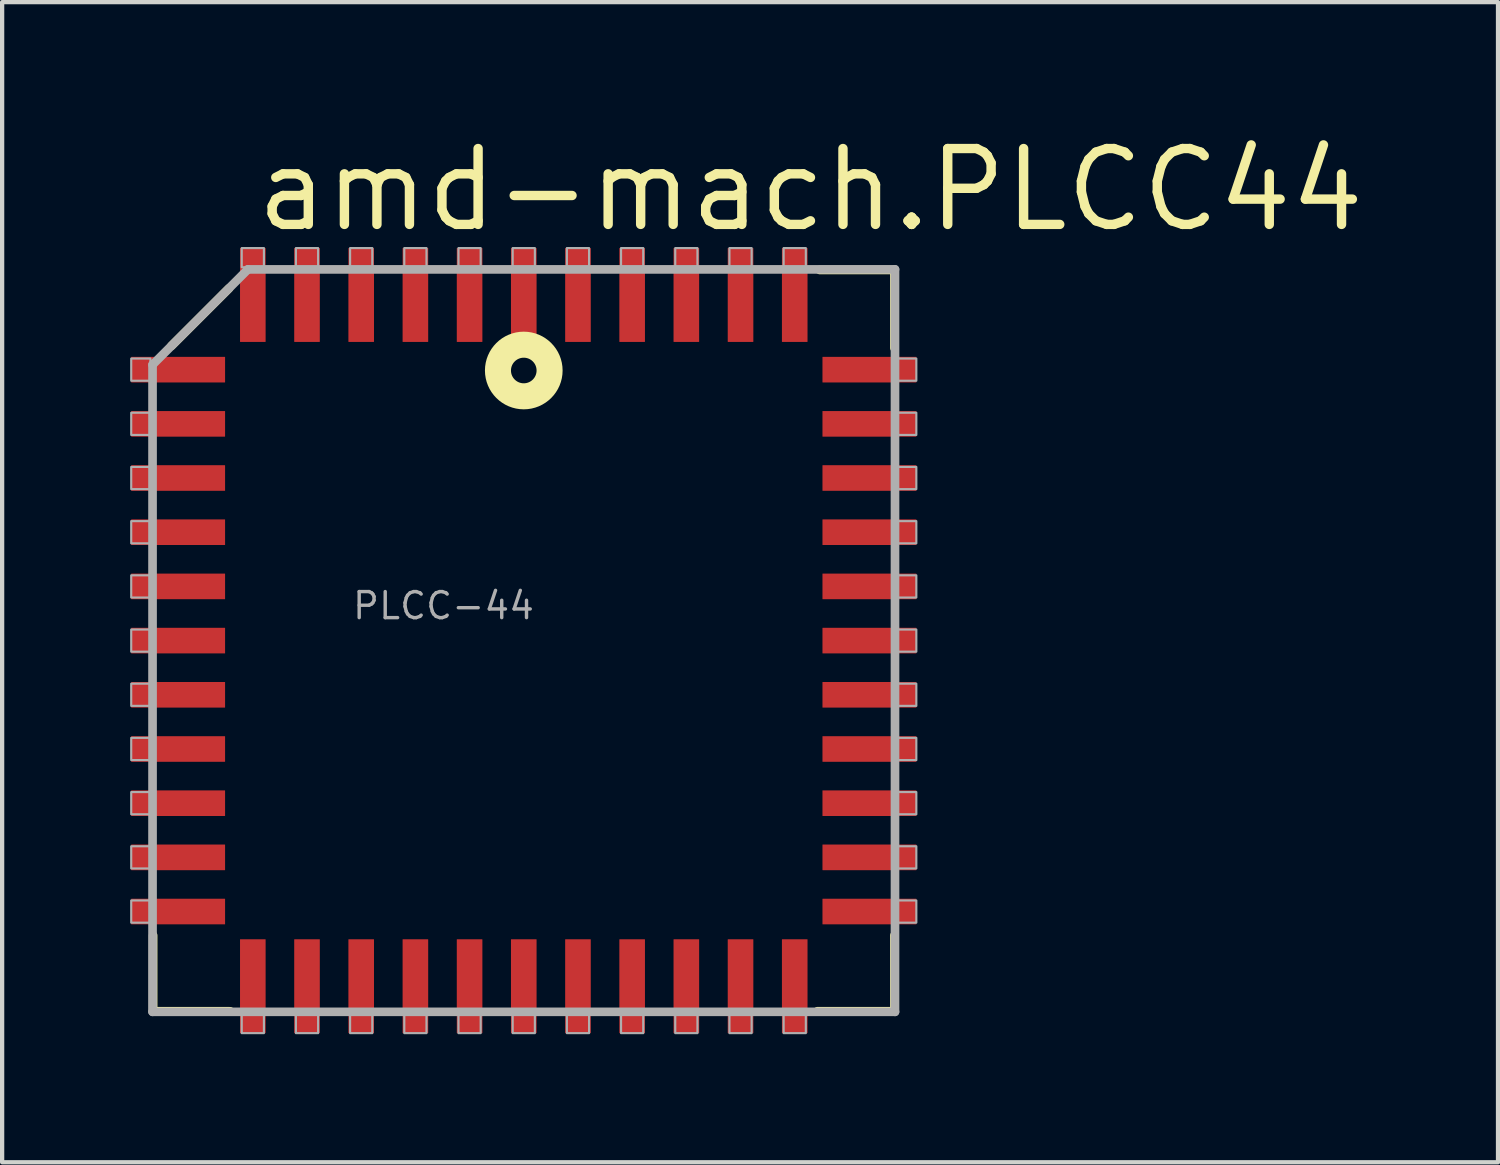
<source format=kicad_pcb>
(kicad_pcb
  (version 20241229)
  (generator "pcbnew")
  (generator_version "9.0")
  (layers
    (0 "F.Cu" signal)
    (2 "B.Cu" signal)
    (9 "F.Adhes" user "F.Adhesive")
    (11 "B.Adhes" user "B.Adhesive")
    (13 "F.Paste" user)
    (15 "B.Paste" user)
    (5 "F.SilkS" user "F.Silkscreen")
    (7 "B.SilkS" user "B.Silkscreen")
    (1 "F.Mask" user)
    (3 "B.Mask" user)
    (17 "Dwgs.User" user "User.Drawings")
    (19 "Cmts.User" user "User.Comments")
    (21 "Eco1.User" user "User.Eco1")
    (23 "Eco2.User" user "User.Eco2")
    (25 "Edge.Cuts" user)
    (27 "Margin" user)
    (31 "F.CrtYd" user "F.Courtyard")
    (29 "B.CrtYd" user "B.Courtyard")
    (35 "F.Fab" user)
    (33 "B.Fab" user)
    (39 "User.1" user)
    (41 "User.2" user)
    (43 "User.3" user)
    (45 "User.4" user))
  (footprint "amd-mach.PLCC44"
    (layer "F.Cu")
    (at 9.225 11.963)
    (property "Reference" "amd-mach.PLCC44" (at -6.38 -9.525 0) (layer "F.SilkS") (effects (font (size 1.778 1.778) (thickness 0.22)) (justify left bottom)))
    (attr smd)
    (fp_line (start -8.687 6.909) (end -8.687 8.687) (stroke (width 0.203) (type default)) (layer "F.SilkS"))
    (fp_line (start -8.687 8.687) (end -6.883 8.687) (stroke (width 0.203) (type default)) (layer "F.SilkS"))
    (fp_line (start -8.255 -6.909) (end -6.909 -8.255) (stroke (width 0.203) (type default)) (layer "F.SilkS"))
    (fp_line (start 6.883 8.687) (end 8.687 8.687) (stroke (width 0.203) (type default)) (layer "F.SilkS"))
    (fp_line (start 8.687 -8.687) (end 6.934 -8.687) (stroke (width 0.203) (type default)) (layer "F.SilkS"))
    (fp_line (start 8.687 -6.858) (end 8.687 -8.687) (stroke (width 0.203) (type default)) (layer "F.SilkS"))
    (fp_line (start 8.687 8.687) (end 8.687 6.909) (stroke (width 0.203) (type default)) (layer "F.SilkS"))
    (fp_circle (center 0 -6.33) (end 0.3 -6.33) (stroke (width 0.61) (type default)) (fill no) (layer "F.SilkS"))
    (fp_line (start -8.7 -6.465) (end -8.7 8.7) (stroke (width 0.203) (type default)) (layer "F.Fab"))
    (fp_line (start -8.7 8.7) (end 8.7 8.7) (stroke (width 0.203) (type default)) (layer "F.Fab"))
    (fp_line (start -6.465 -8.7) (end -8.7 -6.465) (stroke (width 0.203) (type default)) (layer "F.Fab"))
    (fp_line (start 8.7 -8.7) (end -6.465 -8.7) (stroke (width 0.203) (type default)) (layer "F.Fab"))
    (fp_line (start 8.7 8.7) (end 8.7 -8.7) (stroke (width 0.203) (type default)) (layer "F.Fab"))
    (fp_rect (start -9.2 -6.09) (end -8.75 -6.61) (stroke (width 0.05) (type default)) (fill no) (layer "F.Fab"))
    (fp_rect (start -9.2 -4.82) (end -8.75 -5.34) (stroke (width 0.05) (type default)) (fill no) (layer "F.Fab"))
    (fp_rect (start -9.2 -3.55) (end -8.75 -4.07) (stroke (width 0.05) (type default)) (fill no) (layer "F.Fab"))
    (fp_rect (start -9.2 -2.28) (end -8.75 -2.8) (stroke (width 0.05) (type default)) (fill no) (layer "F.Fab"))
    (fp_rect (start -9.2 -1.01) (end -8.75 -1.53) (stroke (width 0.05) (type default)) (fill no) (layer "F.Fab"))
    (fp_rect (start -9.2 0.26) (end -8.75 -0.26) (stroke (width 0.05) (type default)) (fill no) (layer "F.Fab"))
    (fp_rect (start -9.2 1.53) (end -8.75 1.01) (stroke (width 0.05) (type default)) (fill no) (layer "F.Fab"))
    (fp_rect (start -9.2 2.8) (end -8.75 2.28) (stroke (width 0.05) (type default)) (fill no) (layer "F.Fab"))
    (fp_rect (start -9.2 4.07) (end -8.75 3.55) (stroke (width 0.05) (type default)) (fill no) (layer "F.Fab"))
    (fp_rect (start -9.2 5.34) (end -8.75 4.82) (stroke (width 0.05) (type default)) (fill no) (layer "F.Fab"))
    (fp_rect (start -9.2 6.61) (end -8.75 6.09) (stroke (width 0.05) (type default)) (fill no) (layer "F.Fab"))
    (fp_rect (start -6.61 -8.75) (end -6.09 -9.2) (stroke (width 0.05) (type default)) (fill no) (layer "F.Fab"))
    (fp_rect (start -6.61 9.2) (end -6.09 8.75) (stroke (width 0.05) (type default)) (fill no) (layer "F.Fab"))
    (fp_rect (start -5.34 -8.75) (end -4.82 -9.2) (stroke (width 0.05) (type default)) (fill no) (layer "F.Fab"))
    (fp_rect (start -5.34 9.2) (end -4.82 8.75) (stroke (width 0.05) (type default)) (fill no) (layer "F.Fab"))
    (fp_rect (start -4.07 -8.75) (end -3.55 -9.2) (stroke (width 0.05) (type default)) (fill no) (layer "F.Fab"))
    (fp_rect (start -4.07 9.2) (end -3.55 8.75) (stroke (width 0.05) (type default)) (fill no) (layer "F.Fab"))
    (fp_rect (start -2.8 -8.75) (end -2.28 -9.2) (stroke (width 0.05) (type default)) (fill no) (layer "F.Fab"))
    (fp_rect (start -2.8 9.2) (end -2.28 8.75) (stroke (width 0.05) (type default)) (fill no) (layer "F.Fab"))
    (fp_rect (start -1.53 -8.75) (end -1.01 -9.2) (stroke (width 0.05) (type default)) (fill no) (layer "F.Fab"))
    (fp_rect (start -1.53 9.2) (end -1.01 8.75) (stroke (width 0.05) (type default)) (fill no) (layer "F.Fab"))
    (fp_rect (start -0.26 -8.75) (end 0.26 -9.2) (stroke (width 0.05) (type default)) (fill no) (layer "F.Fab"))
    (fp_rect (start -0.26 9.2) (end 0.26 8.75) (stroke (width 0.05) (type default)) (fill no) (layer "F.Fab"))
    (fp_rect (start 1.01 -8.75) (end 1.53 -9.2) (stroke (width 0.05) (type default)) (fill no) (layer "F.Fab"))
    (fp_rect (start 1.01 9.2) (end 1.53 8.75) (stroke (width 0.05) (type default)) (fill no) (layer "F.Fab"))
    (fp_rect (start 2.28 -8.75) (end 2.8 -9.2) (stroke (width 0.05) (type default)) (fill no) (layer "F.Fab"))
    (fp_rect (start 2.28 9.2) (end 2.8 8.75) (stroke (width 0.05) (type default)) (fill no) (layer "F.Fab"))
    (fp_rect (start 3.55 -8.75) (end 4.07 -9.2) (stroke (width 0.05) (type default)) (fill no) (layer "F.Fab"))
    (fp_rect (start 3.55 9.2) (end 4.07 8.75) (stroke (width 0.05) (type default)) (fill no) (layer "F.Fab"))
    (fp_rect (start 4.82 -8.75) (end 5.34 -9.2) (stroke (width 0.05) (type default)) (fill no) (layer "F.Fab"))
    (fp_rect (start 4.82 9.2) (end 5.34 8.75) (stroke (width 0.05) (type default)) (fill no) (layer "F.Fab"))
    (fp_rect (start 6.09 -8.75) (end 6.61 -9.2) (stroke (width 0.05) (type default)) (fill no) (layer "F.Fab"))
    (fp_rect (start 6.09 9.2) (end 6.61 8.75) (stroke (width 0.05) (type default)) (fill no) (layer "F.Fab"))
    (fp_rect (start 8.75 -6.09) (end 9.2 -6.61) (stroke (width 0.05) (type default)) (fill no) (layer "F.Fab"))
    (fp_rect (start 8.75 -4.82) (end 9.2 -5.34) (stroke (width 0.05) (type default)) (fill no) (layer "F.Fab"))
    (fp_rect (start 8.75 -3.55) (end 9.2 -4.07) (stroke (width 0.05) (type default)) (fill no) (layer "F.Fab"))
    (fp_rect (start 8.75 -2.28) (end 9.2 -2.8) (stroke (width 0.05) (type default)) (fill no) (layer "F.Fab"))
    (fp_rect (start 8.75 -1.01) (end 9.2 -1.53) (stroke (width 0.05) (type default)) (fill no) (layer "F.Fab"))
    (fp_rect (start 8.75 0.26) (end 9.2 -0.26) (stroke (width 0.05) (type default)) (fill no) (layer "F.Fab"))
    (fp_rect (start 8.75 1.53) (end 9.2 1.01) (stroke (width 0.05) (type default)) (fill no) (layer "F.Fab"))
    (fp_rect (start 8.75 2.8) (end 9.2 2.28) (stroke (width 0.05) (type default)) (fill no) (layer "F.Fab"))
    (fp_rect (start 8.75 4.07) (end 9.2 3.55) (stroke (width 0.05) (type default)) (fill no) (layer "F.Fab"))
    (fp_rect (start 8.75 5.34) (end 9.2 4.82) (stroke (width 0.05) (type default)) (fill no) (layer "F.Fab"))
    (fp_rect (start 8.75 6.61) (end 9.2 6.09) (stroke (width 0.05) (type default)) (fill no) (layer "F.Fab"))
    (fp_text user "PLCC-44" (at -4.055 -0.46 0) (layer "F.Fab") (effects (font (size 0.61 0.61) (thickness 0.08)) (justify left bottom)))
    (pad "1" smd roundrect (at 0 -8.1) (size 0.6 2.2) (layers "F.Cu" "F.Mask" "F.Paste") (roundrect_rratio 0.01))
    (pad "2" smd roundrect (at -1.27 -8.1) (size 0.6 2.2) (layers "F.Cu" "F.Mask" "F.Paste") (roundrect_rratio 0.01))
    (pad "3" smd roundrect (at -2.54 -8.1) (size 0.6 2.2) (layers "F.Cu" "F.Mask" "F.Paste") (roundrect_rratio 0.01))
    (pad "4" smd roundrect (at -3.81 -8.1) (size 0.6 2.2) (layers "F.Cu" "F.Mask" "F.Paste") (roundrect_rratio 0.01))
    (pad "5" smd roundrect (at -5.08 -8.1) (size 0.6 2.2) (layers "F.Cu" "F.Mask" "F.Paste") (roundrect_rratio 0.01))
    (pad "6" smd roundrect (at -6.35 -8.1) (size 0.6 2.2) (layers "F.Cu" "F.Mask" "F.Paste") (roundrect_rratio 0.01))
    (pad "7" smd roundrect (at -8.1 -6.35) (size 2.2 0.6) (layers "F.Cu" "F.Mask" "F.Paste") (roundrect_rratio 0.01))
    (pad "8" smd roundrect (at -8.1 -5.08) (size 2.2 0.6) (layers "F.Cu" "F.Mask" "F.Paste") (roundrect_rratio 0.01))
    (pad "9" smd roundrect (at -8.1 -3.81) (size 2.2 0.6) (layers "F.Cu" "F.Mask" "F.Paste") (roundrect_rratio 0.01))
    (pad "10" smd roundrect (at -8.1 -2.54) (size 2.2 0.6) (layers "F.Cu" "F.Mask" "F.Paste") (roundrect_rratio 0.01))
    (pad "11" smd roundrect (at -8.1 -1.27) (size 2.2 0.6) (layers "F.Cu" "F.Mask" "F.Paste") (roundrect_rratio 0.01))
    (pad "12" smd roundrect (at -8.1 0) (size 2.2 0.6) (layers "F.Cu" "F.Mask" "F.Paste") (roundrect_rratio 0.01))
    (pad "13" smd roundrect (at -8.1 1.27) (size 2.2 0.6) (layers "F.Cu" "F.Mask" "F.Paste") (roundrect_rratio 0.01))
    (pad "14" smd roundrect (at -8.1 2.54) (size 2.2 0.6) (layers "F.Cu" "F.Mask" "F.Paste") (roundrect_rratio 0.01))
    (pad "15" smd roundrect (at -8.1 3.81) (size 2.2 0.6) (layers "F.Cu" "F.Mask" "F.Paste") (roundrect_rratio 0.01))
    (pad "16" smd roundrect (at -8.1 5.08) (size 2.2 0.6) (layers "F.Cu" "F.Mask" "F.Paste") (roundrect_rratio 0.01))
    (pad "17" smd roundrect (at -8.1 6.35) (size 2.2 0.6) (layers "F.Cu" "F.Mask" "F.Paste") (roundrect_rratio 0.01))
    (pad "18" smd roundrect (at -6.35 8.1) (size 0.6 2.2) (layers "F.Cu" "F.Mask" "F.Paste") (roundrect_rratio 0.01))
    (pad "19" smd roundrect (at -5.08 8.1) (size 0.6 2.2) (layers "F.Cu" "F.Mask" "F.Paste") (roundrect_rratio 0.01))
    (pad "20" smd roundrect (at -3.81 8.1) (size 0.6 2.2) (layers "F.Cu" "F.Mask" "F.Paste") (roundrect_rratio 0.01))
    (pad "21" smd roundrect (at -2.54 8.1) (size 0.6 2.2) (layers "F.Cu" "F.Mask" "F.Paste") (roundrect_rratio 0.01))
    (pad "22" smd roundrect (at -1.27 8.1) (size 0.6 2.2) (layers "F.Cu" "F.Mask" "F.Paste") (roundrect_rratio 0.01))
    (pad "23" smd roundrect (at 0 8.1) (size 0.6 2.2) (layers "F.Cu" "F.Mask" "F.Paste") (roundrect_rratio 0.01))
    (pad "24" smd roundrect (at 1.27 8.1) (size 0.6 2.2) (layers "F.Cu" "F.Mask" "F.Paste") (roundrect_rratio 0.01))
    (pad "25" smd roundrect (at 2.54 8.1) (size 0.6 2.2) (layers "F.Cu" "F.Mask" "F.Paste") (roundrect_rratio 0.01))
    (pad "26" smd roundrect (at 3.81 8.1) (size 0.6 2.2) (layers "F.Cu" "F.Mask" "F.Paste") (roundrect_rratio 0.01))
    (pad "27" smd roundrect (at 5.08 8.1) (size 0.6 2.2) (layers "F.Cu" "F.Mask" "F.Paste") (roundrect_rratio 0.01))
    (pad "28" smd roundrect (at 6.35 8.1) (size 0.6 2.2) (layers "F.Cu" "F.Mask" "F.Paste") (roundrect_rratio 0.01))
    (pad "29" smd roundrect (at 8.1 6.35) (size 2.2 0.6) (layers "F.Cu" "F.Mask" "F.Paste") (roundrect_rratio 0.01))
    (pad "30" smd roundrect (at 8.1 5.08) (size 2.2 0.6) (layers "F.Cu" "F.Mask" "F.Paste") (roundrect_rratio 0.01))
    (pad "31" smd roundrect (at 8.1 3.81) (size 2.2 0.6) (layers "F.Cu" "F.Mask" "F.Paste") (roundrect_rratio 0.01))
    (pad "32" smd roundrect (at 8.1 2.54) (size 2.2 0.6) (layers "F.Cu" "F.Mask" "F.Paste") (roundrect_rratio 0.01))
    (pad "33" smd roundrect (at 8.1 1.27) (size 2.2 0.6) (layers "F.Cu" "F.Mask" "F.Paste") (roundrect_rratio 0.01))
    (pad "34" smd roundrect (at 8.1 0) (size 2.2 0.6) (layers "F.Cu" "F.Mask" "F.Paste") (roundrect_rratio 0.01))
    (pad "35" smd roundrect (at 8.1 -1.27) (size 2.2 0.6) (layers "F.Cu" "F.Mask" "F.Paste") (roundrect_rratio 0.01))
    (pad "36" smd roundrect (at 8.1 -2.54) (size 2.2 0.6) (layers "F.Cu" "F.Mask" "F.Paste") (roundrect_rratio 0.01))
    (pad "37" smd roundrect (at 8.1 -3.81) (size 2.2 0.6) (layers "F.Cu" "F.Mask" "F.Paste") (roundrect_rratio 0.01))
    (pad "38" smd roundrect (at 8.1 -5.08) (size 2.2 0.6) (layers "F.Cu" "F.Mask" "F.Paste") (roundrect_rratio 0.01))
    (pad "39" smd roundrect (at 8.1 -6.35) (size 2.2 0.6) (layers "F.Cu" "F.Mask" "F.Paste") (roundrect_rratio 0.01))
    (pad "40" smd roundrect (at 6.35 -8.1) (size 0.6 2.2) (layers "F.Cu" "F.Mask" "F.Paste") (roundrect_rratio 0.01))
    (pad "41" smd roundrect (at 5.08 -8.1) (size 0.6 2.2) (layers "F.Cu" "F.Mask" "F.Paste") (roundrect_rratio 0.01))
    (pad "42" smd roundrect (at 3.81 -8.1) (size 0.6 2.2) (layers "F.Cu" "F.Mask" "F.Paste") (roundrect_rratio 0.01))
    (pad "43" smd roundrect (at 2.54 -8.1) (size 0.6 2.2) (layers "F.Cu" "F.Mask" "F.Paste") (roundrect_rratio 0.01))
    (pad "44" smd roundrect (at 1.27 -8.1) (size 0.6 2.2) (layers "F.Cu" "F.Mask" "F.Paste") (roundrect_rratio 0.01)))
  (gr_rect
    (start -3 -3)
    (end 32.057 24.188)
    (stroke (width 0.1) (type default))
    (fill no)
    (layer "Edge.Cuts")))
</source>
